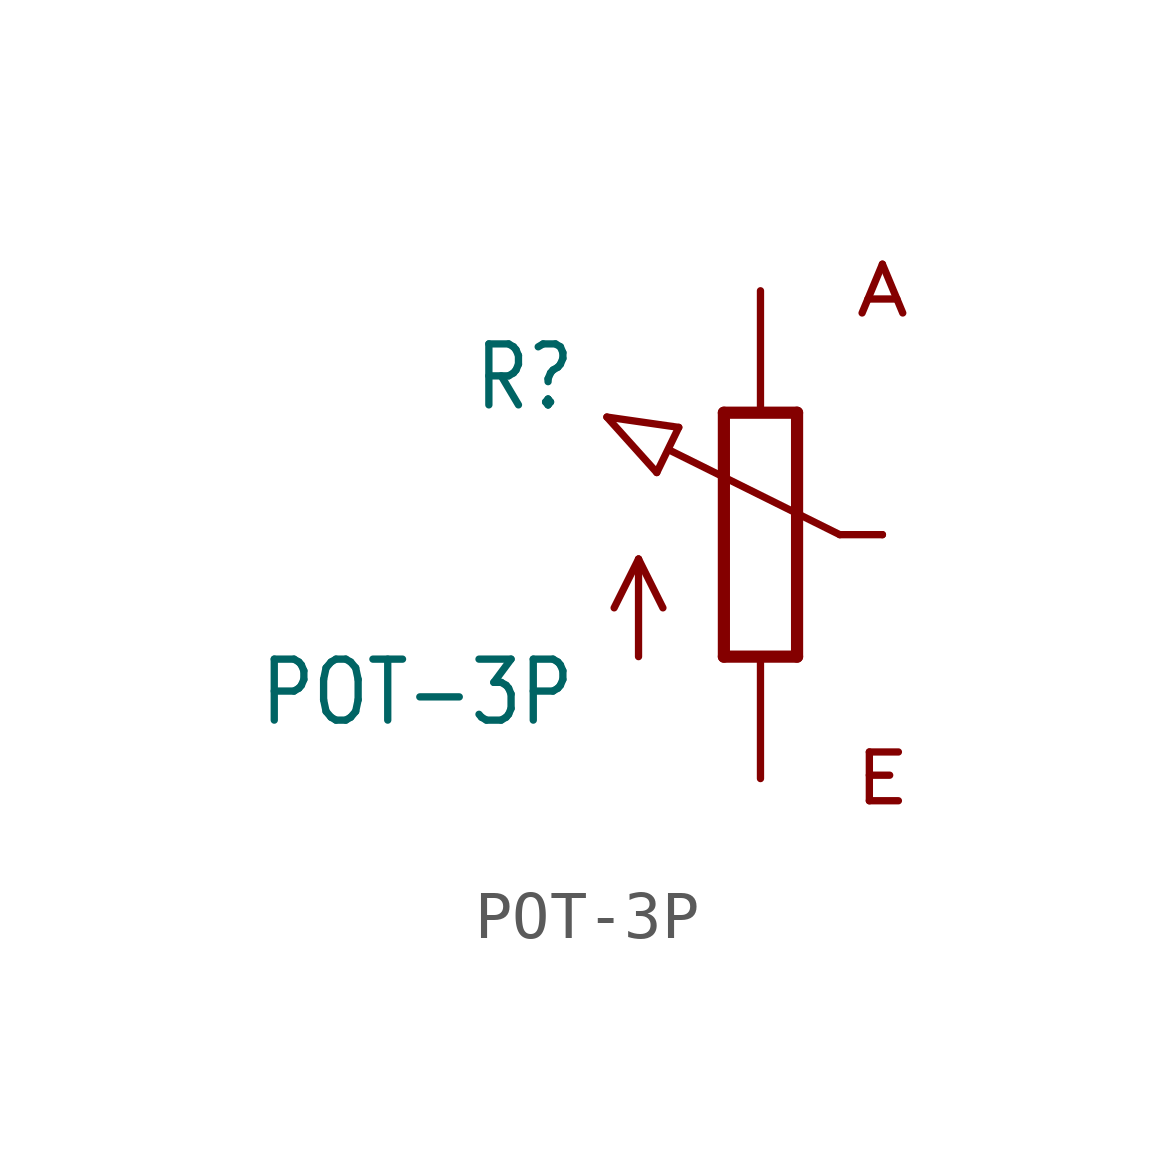
<source format=kicad_sym>
(kicad_symbol_lib
  (version 20201005)
  (generator kicad_symbol_editor)
  (symbol "POT-3P"
    (property "Reference" "R"
      (at -3.81 2.54 0)
      (effects (font (size 1.27 1.079)) (justify right bottom)))
    (property "Value" "POT-3P"
      (at -3.81 -2.54 0)
      (effects (font (size 1.27 1.079)) (justify right top)))
    (property "ki_locked" ""
      (at 0 0 0)
      (effects (font (size 1.27 1.27))))
    (symbol "POT-3P_1_0"
      (text "A" (at 2.54 5.08 0) (effects (font (size 1.016 1.27))))
      (text "E" (at 2.54 -5.08 0) (effects (font (size 1.016 1.27))))
      (polyline (pts (xy -3.199 2.45) (xy -1.702 2.235)) (stroke (width 0.152)) (fill (type none)))
      (polyline (pts (xy -2.54 -2.54) (xy -2.54 -0.508)) (stroke (width 0.152)) (fill (type none)))
      (polyline (pts (xy -2.54 -0.508) (xy -3.048 -1.524)) (stroke (width 0.152)) (fill (type none)))
      (polyline (pts (xy -2.54 -0.508) (xy -2.032 -1.524)) (stroke (width 0.152)) (fill (type none)))
      (polyline (pts (xy -2.16 1.294) (xy -3.199 2.45)) (stroke (width 0.152)) (fill (type none)))
      (polyline (pts (xy -2.16 1.294) (xy -1.702 2.235)) (stroke (width 0.152)) (fill (type none)))
      (polyline (pts (xy -0.762 -2.54) (xy 0.762 -2.54)) (stroke (width 0.254)) (fill (type none)))
      (polyline (pts (xy -0.762 2.54) (xy -0.762 -2.54)) (stroke (width 0.254)) (fill (type none)))
      (polyline (pts (xy 0.762 -2.54) (xy 0.762 2.54)) (stroke (width 0.254)) (fill (type none)))
      (polyline (pts (xy 0.762 2.54) (xy -0.762 2.54)) (stroke (width 0.254)) (fill (type none)))
      (polyline (pts (xy 1.651 0) (xy -1.88 1.753)) (stroke (width 0.152)) (fill (type none)))
      (polyline (pts (xy 2.54 0) (xy 1.651 0)) (stroke (width 0.152)) (fill (type none)))
      (pin passive line (at 0 -5.08 90) (length 2.54) (name "A" (effects (font (size 0 0)))) (number "1" (effects (font (size 0 0)))))
      (pin passive line (at 2.54 0 180) (length 0) (name "S" (effects (font (size 0 0)))) (number "2" (effects (font (size 0 0)))))
      (pin passive line (at 0 5.08 270) (length 2.54) (name "E" (effects (font (size 0 0)))) (number "3" (effects (font (size 0 0))))))))
</source>
